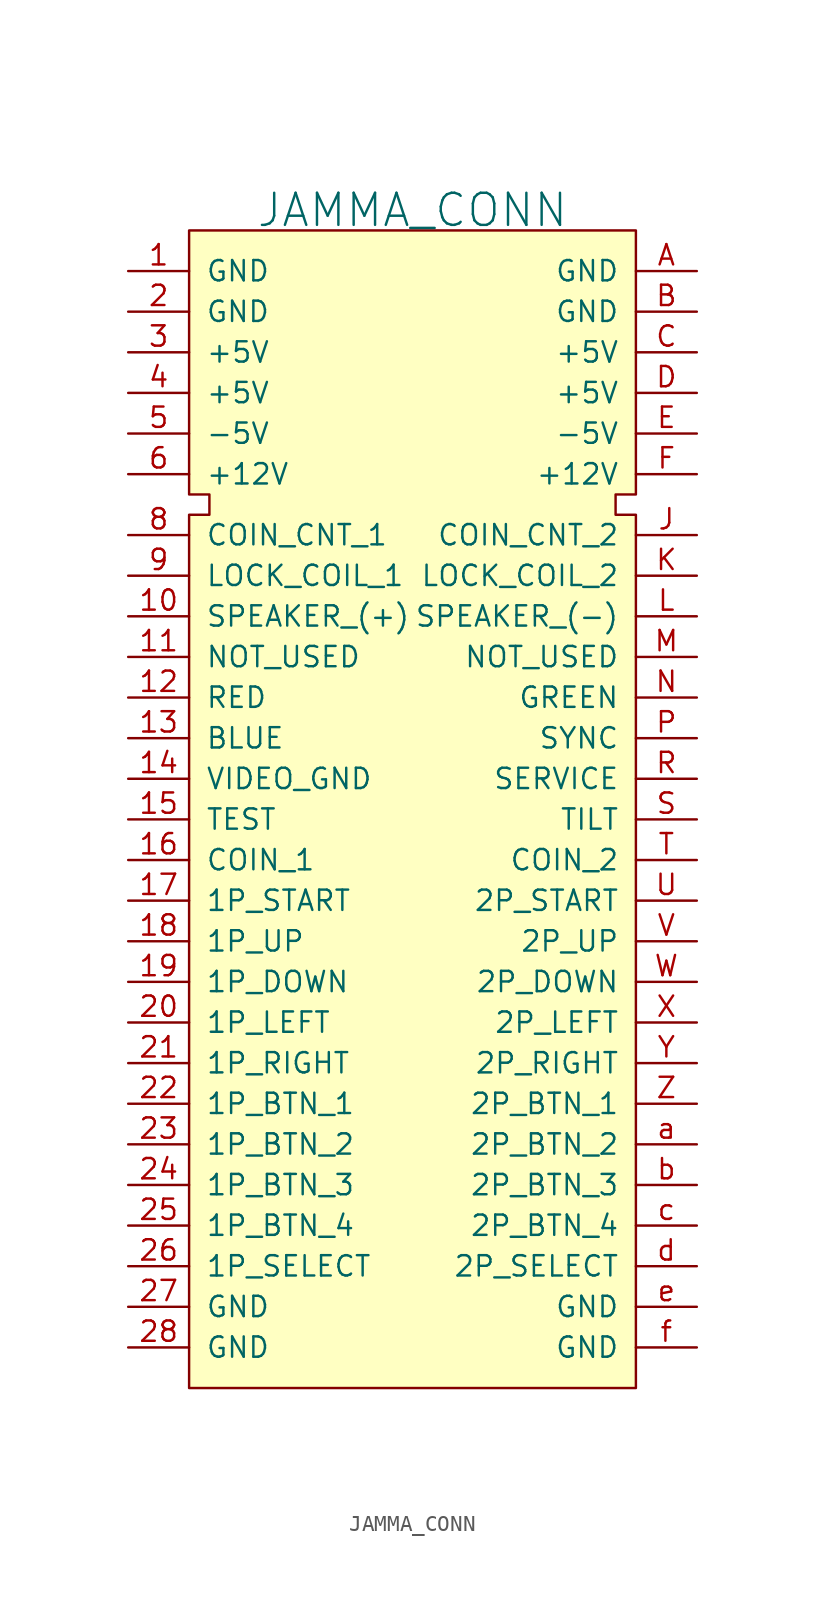
<source format=kicad_sym>
(kicad_symbol_lib
  (version 20231120)
  (generator "kicad_symbol_editor")
  (generator_version "8.0")
  (symbol "JAMMA_CONN"
    (pin_names
      (offset 1.016))
    (property "Reference" "JAMMA1"
      (at 13.97 6.35 0)
      (effects (font (size 3.505 3.505)) (hide yes)))
    (property "Value" "JAMMA_CONN"
      (at 13.97 1.27 0)
      (effects (font (size 2.007 2.007))))
    (symbol "JAMMA_CONN_0_1"
      (polyline (pts (xy 0 0) (xy 0 -16.51) (xy 1.27 -16.51) (xy 1.27 -17.78) (xy 0 -17.78) (xy 0 -72.39) (xy 27.94 -72.39) (xy 27.94 -17.78) (xy 26.67 -17.78) (xy 26.67 -16.51) (xy 27.94 -16.51) (xy 27.94 0) (xy 0 0)) (stroke (width 0) (type default)) (fill (type background))))
    (symbol "JAMMA_CONN_1_1"
      (pin passive line (at -3.81 -2.54 0) (length 3.81) (name "GND" (effects (font (size 1.27 1.27)))) (number "1" (effects (font (size 1.27 1.27)))))
      (pin input line (at -3.81 -24.13 0) (length 3.81) (name "SPEAKER_(+)" (effects (font (size 1.27 1.27)))) (number "10" (effects (font (size 1.27 1.27)))))
      (pin unspecified line (at -3.81 -26.67 0) (length 3.81) (name "NOT_USED" (effects (font (size 1.27 1.27)))) (number "11" (effects (font (size 1.27 1.27)))))
      (pin input line (at -3.81 -29.21 0) (length 3.81) (name "RED" (effects (font (size 1.27 1.27)))) (number "12" (effects (font (size 1.27 1.27)))))
      (pin input line (at -3.81 -31.75 0) (length 3.81) (name "BLUE" (effects (font (size 1.27 1.27)))) (number "13" (effects (font (size 1.27 1.27)))))
      (pin passive line (at -3.81 -34.29 0) (length 3.81) (name "VIDEO_GND" (effects (font (size 1.27 1.27)))) (number "14" (effects (font (size 1.27 1.27)))))
      (pin input line (at -3.81 -36.83 0) (length 3.81) (name "TEST" (effects (font (size 1.27 1.27)))) (number "15" (effects (font (size 1.27 1.27)))))
      (pin input line (at -3.81 -39.37 0) (length 3.81) (name "COIN_1" (effects (font (size 1.27 1.27)))) (number "16" (effects (font (size 1.27 1.27)))))
      (pin input line (at -3.81 -41.91 0) (length 3.81) (name "1P_START" (effects (font (size 1.27 1.27)))) (number "17" (effects (font (size 1.27 1.27)))))
      (pin input line (at -3.81 -44.45 0) (length 3.81) (name "1P_UP" (effects (font (size 1.27 1.27)))) (number "18" (effects (font (size 1.27 1.27)))))
      (pin input line (at -3.81 -46.99 0) (length 3.81) (name "1P_DOWN" (effects (font (size 1.27 1.27)))) (number "19" (effects (font (size 1.27 1.27)))))
      (pin passive line (at -3.81 -5.08 0) (length 3.81) (name "GND" (effects (font (size 1.27 1.27)))) (number "2" (effects (font (size 1.27 1.27)))))
      (pin input line (at -3.81 -49.53 0) (length 3.81) (name "1P_LEFT" (effects (font (size 1.27 1.27)))) (number "20" (effects (font (size 1.27 1.27)))))
      (pin input line (at -3.81 -52.07 0) (length 3.81) (name "1P_RIGHT" (effects (font (size 1.27 1.27)))) (number "21" (effects (font (size 1.27 1.27)))))
      (pin input line (at -3.81 -54.61 0) (length 3.81) (name "1P_BTN_1" (effects (font (size 1.27 1.27)))) (number "22" (effects (font (size 1.27 1.27)))))
      (pin input line (at -3.81 -57.15 0) (length 3.81) (name "1P_BTN_2" (effects (font (size 1.27 1.27)))) (number "23" (effects (font (size 1.27 1.27)))))
      (pin input line (at -3.81 -59.69 0) (length 3.81) (name "1P_BTN_3" (effects (font (size 1.27 1.27)))) (number "24" (effects (font (size 1.27 1.27)))))
      (pin input line (at -3.81 -62.23 0) (length 3.81) (name "1P_BTN_4" (effects (font (size 1.27 1.27)))) (number "25" (effects (font (size 1.27 1.27)))))
      (pin input line (at -3.81 -64.77 0) (length 3.81) (name "1P_SELECT" (effects (font (size 1.27 1.27)))) (number "26" (effects (font (size 1.27 1.27)))))
      (pin passive line (at -3.81 -67.31 0) (length 3.81) (name "GND" (effects (font (size 1.27 1.27)))) (number "27" (effects (font (size 1.27 1.27)))))
      (pin passive line (at -3.81 -69.85 0) (length 3.81) (name "GND" (effects (font (size 1.27 1.27)))) (number "28" (effects (font (size 1.27 1.27)))))
      (pin passive line (at -3.81 -7.62 0) (length 3.81) (name "+5V" (effects (font (size 1.27 1.27)))) (number "3" (effects (font (size 1.27 1.27)))))
      (pin passive line (at -3.81 -10.16 0) (length 3.81) (name "+5V" (effects (font (size 1.27 1.27)))) (number "4" (effects (font (size 1.27 1.27)))))
      (pin passive line (at -3.81 -12.7 0) (length 3.81) (name "-5V" (effects (font (size 1.27 1.27)))) (number "5" (effects (font (size 1.27 1.27)))))
      (pin passive line (at -3.81 -15.24 0) (length 3.81) (name "+12V" (effects (font (size 1.27 1.27)))) (number "6" (effects (font (size 1.27 1.27)))))
      (pin passive line (at -3.81 -19.05 0) (length 3.81) (name "COIN_CNT_1" (effects (font (size 1.27 1.27)))) (number "8" (effects (font (size 1.27 1.27)))))
      (pin input line (at -3.81 -21.59 0) (length 3.81) (name "LOCK_COIL_1" (effects (font (size 1.27 1.27)))) (number "9" (effects (font (size 1.27 1.27)))))
      (pin passive line (at 31.75 -2.54 180) (length 3.81) (name "GND" (effects (font (size 1.27 1.27)))) (number "A" (effects (font (size 1.27 1.27)))))
      (pin passive line (at 31.75 -5.08 180) (length 3.81) (name "GND" (effects (font (size 1.27 1.27)))) (number "B" (effects (font (size 1.27 1.27)))))
      (pin passive line (at 31.75 -7.62 180) (length 3.81) (name "+5V" (effects (font (size 1.27 1.27)))) (number "C" (effects (font (size 1.27 1.27)))))
      (pin passive line (at 31.75 -10.16 180) (length 3.81) (name "+5V" (effects (font (size 1.27 1.27)))) (number "D" (effects (font (size 1.27 1.27)))))
      (pin passive line (at 31.75 -12.7 180) (length 3.81) (name "-5V" (effects (font (size 1.27 1.27)))) (number "E" (effects (font (size 1.27 1.27)))))
      (pin passive line (at 31.75 -15.24 180) (length 3.81) (name "+12V" (effects (font (size 1.27 1.27)))) (number "F" (effects (font (size 1.27 1.27)))))
      (pin passive line (at 31.75 -19.05 180) (length 3.81) (name "COIN_CNT_2" (effects (font (size 1.27 1.27)))) (number "J" (effects (font (size 1.27 1.27)))))
      (pin input line (at 31.75 -21.59 180) (length 3.81) (name "LOCK_COIL_2" (effects (font (size 1.27 1.27)))) (number "K" (effects (font (size 1.27 1.27)))))
      (pin input line (at 31.75 -24.13 180) (length 3.81) (name "SPEAKER_(-)" (effects (font (size 1.27 1.27)))) (number "L" (effects (font (size 1.27 1.27)))))
      (pin unspecified line (at 31.75 -26.67 180) (length 3.81) (name "NOT_USED" (effects (font (size 1.27 1.27)))) (number "M" (effects (font (size 1.27 1.27)))))
      (pin input line (at 31.75 -29.21 180) (length 3.81) (name "GREEN" (effects (font (size 1.27 1.27)))) (number "N" (effects (font (size 1.27 1.27)))))
      (pin input line (at 31.75 -31.75 180) (length 3.81) (name "SYNC" (effects (font (size 1.27 1.27)))) (number "P" (effects (font (size 1.27 1.27)))))
      (pin input line (at 31.75 -34.29 180) (length 3.81) (name "SERVICE" (effects (font (size 1.27 1.27)))) (number "R" (effects (font (size 1.27 1.27)))))
      (pin input line (at 31.75 -36.83 180) (length 3.81) (name "TILT" (effects (font (size 1.27 1.27)))) (number "S" (effects (font (size 1.27 1.27)))))
      (pin input line (at 31.75 -39.37 180) (length 3.81) (name "COIN_2" (effects (font (size 1.27 1.27)))) (number "T" (effects (font (size 1.27 1.27)))))
      (pin input line (at 31.75 -41.91 180) (length 3.81) (name "2P_START" (effects (font (size 1.27 1.27)))) (number "U" (effects (font (size 1.27 1.27)))))
      (pin input line (at 31.75 -44.45 180) (length 3.81) (name "2P_UP" (effects (font (size 1.27 1.27)))) (number "V" (effects (font (size 1.27 1.27)))))
      (pin input line (at 31.75 -46.99 180) (length 3.81) (name "2P_DOWN" (effects (font (size 1.27 1.27)))) (number "W" (effects (font (size 1.27 1.27)))))
      (pin input line (at 31.75 -49.53 180) (length 3.81) (name "2P_LEFT" (effects (font (size 1.27 1.27)))) (number "X" (effects (font (size 1.27 1.27)))))
      (pin input line (at 31.75 -52.07 180) (length 3.81) (name "2P_RIGHT" (effects (font (size 1.27 1.27)))) (number "Y" (effects (font (size 1.27 1.27)))))
      (pin input line (at 31.75 -54.61 180) (length 3.81) (name "2P_BTN_1" (effects (font (size 1.27 1.27)))) (number "Z" (effects (font (size 1.27 1.27)))))
      (pin input line (at 31.75 -57.15 180) (length 3.81) (name "2P_BTN_2" (effects (font (size 1.27 1.27)))) (number "a" (effects (font (size 1.27 1.27)))))
      (pin input line (at 31.75 -59.69 180) (length 3.81) (name "2P_BTN_3" (effects (font (size 1.27 1.27)))) (number "b" (effects (font (size 1.27 1.27)))))
      (pin input line (at 31.75 -62.23 180) (length 3.81) (name "2P_BTN_4" (effects (font (size 1.27 1.27)))) (number "c" (effects (font (size 1.27 1.27)))))
      (pin input line (at 31.75 -64.77 180) (length 3.81) (name "2P_SELECT" (effects (font (size 1.27 1.27)))) (number "d" (effects (font (size 1.27 1.27)))))
      (pin passive line (at 31.75 -67.31 180) (length 3.81) (name "GND" (effects (font (size 1.27 1.27)))) (number "e" (effects (font (size 1.27 1.27)))))
      (pin passive line (at 31.75 -69.85 180) (length 3.81) (name "GND" (effects (font (size 1.27 1.27)))) (number "f" (effects (font (size 1.27 1.27))))))))
</source>
